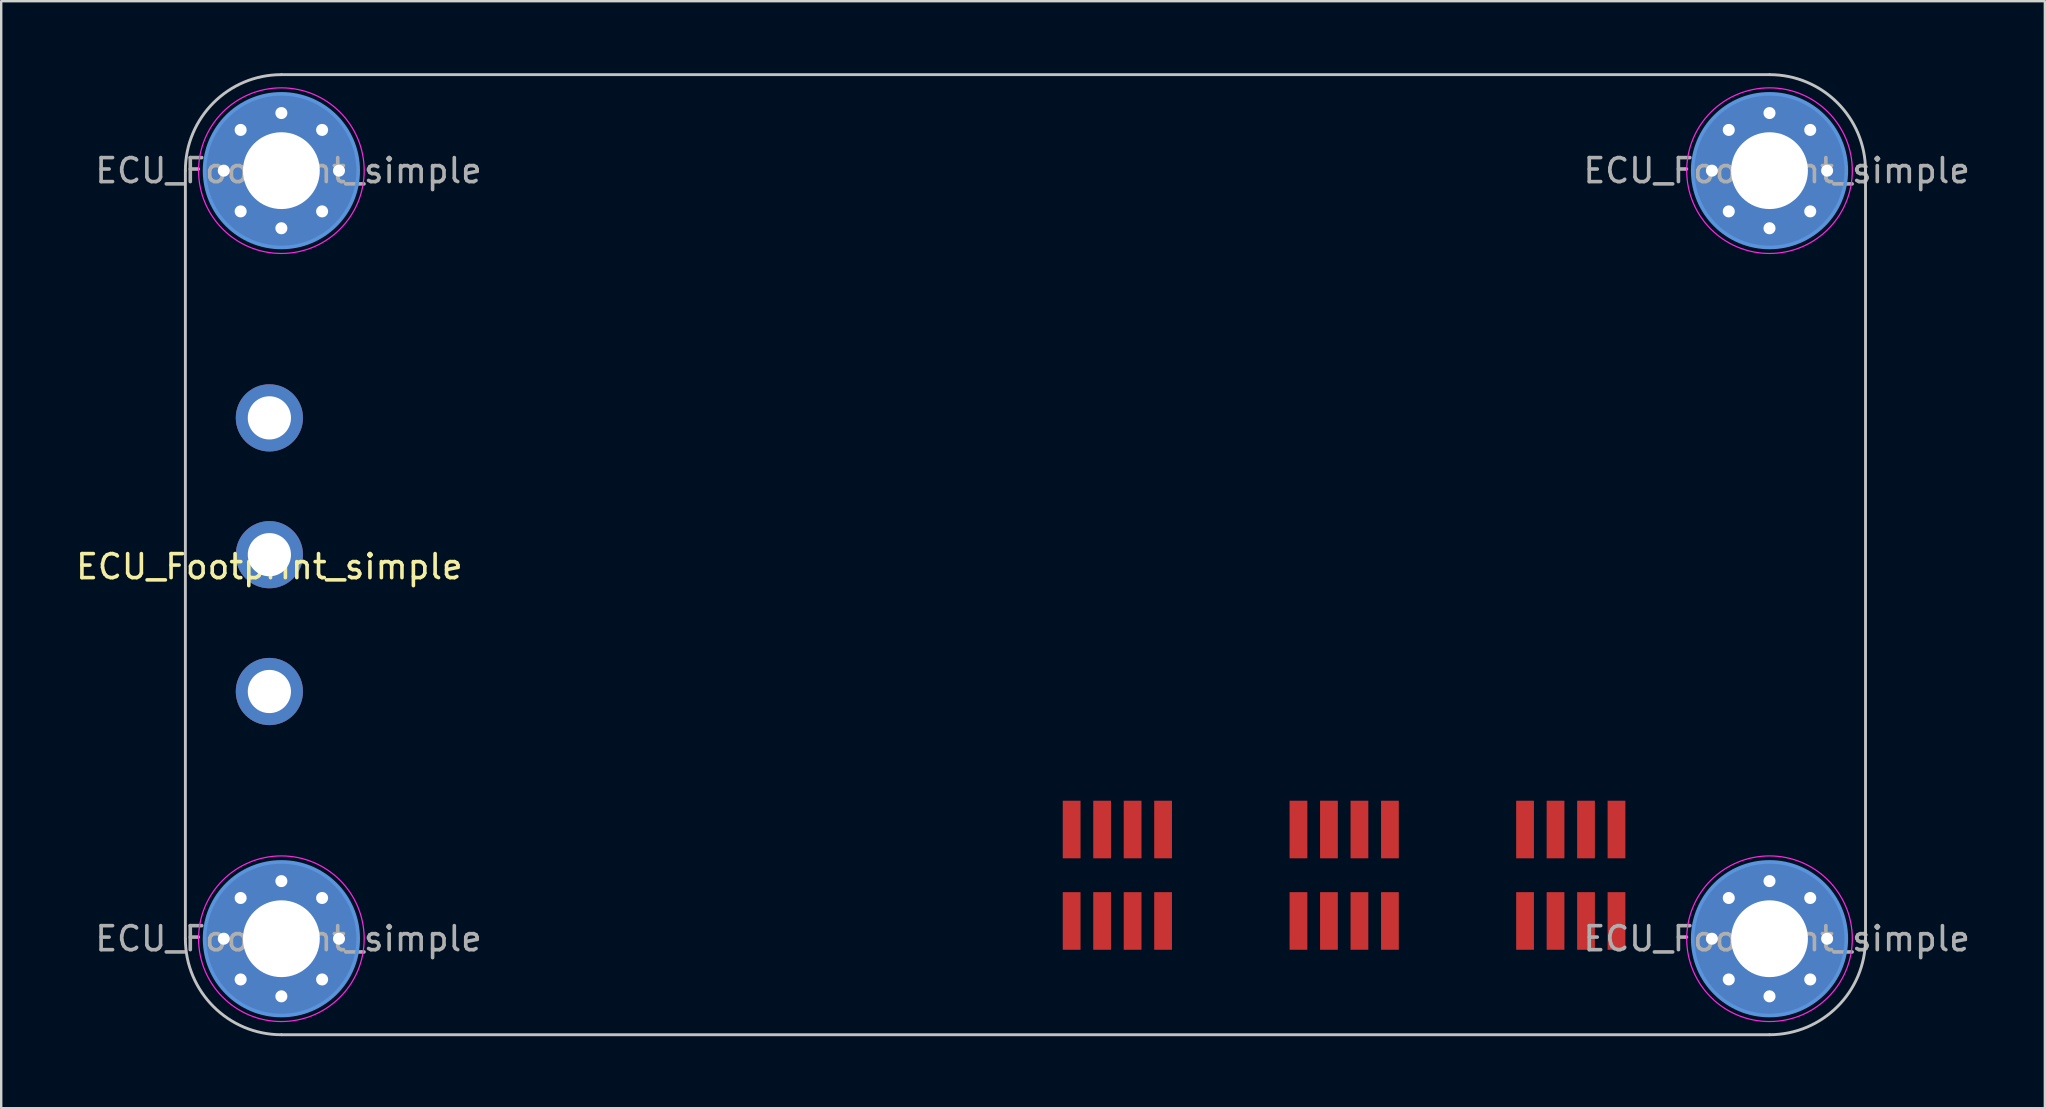
<source format=kicad_pcb>
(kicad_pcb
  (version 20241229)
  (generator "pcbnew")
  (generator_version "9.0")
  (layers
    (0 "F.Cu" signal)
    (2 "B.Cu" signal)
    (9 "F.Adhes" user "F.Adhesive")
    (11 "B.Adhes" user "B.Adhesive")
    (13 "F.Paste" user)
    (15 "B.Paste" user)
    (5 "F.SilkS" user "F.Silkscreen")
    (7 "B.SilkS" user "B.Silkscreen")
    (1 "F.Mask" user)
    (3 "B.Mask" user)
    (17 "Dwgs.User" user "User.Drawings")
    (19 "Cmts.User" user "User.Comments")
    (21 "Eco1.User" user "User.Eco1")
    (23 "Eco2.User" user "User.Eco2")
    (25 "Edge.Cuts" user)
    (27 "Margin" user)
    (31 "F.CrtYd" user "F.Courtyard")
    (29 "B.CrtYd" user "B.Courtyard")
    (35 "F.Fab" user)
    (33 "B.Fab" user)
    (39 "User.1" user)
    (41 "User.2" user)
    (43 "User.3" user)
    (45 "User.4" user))
  (footprint "ECU_Footprint_simple"
    (layer "F.Cu")
    (at 39.673 20.06)
    (property "Reference" "ECU_Footprint_simple" (at -31.5 0.5 0) (layer "F.SilkS") (effects (font (size 1 1) (thickness 0.15))))
    (attr through_hole)
    (fp_line (start -35 16) (end -35 -16) (stroke (width 0.12) (type solid)) (layer "Dwgs.User"))
    (fp_line (start -31 20) (end 31 20) (stroke (width 0.12) (type solid)) (layer "Dwgs.User"))
    (fp_line (start 31 -20) (end -31 -20) (stroke (width 0.12) (type solid)) (layer "Dwgs.User"))
    (fp_line (start 35 -16) (end 35 16) (stroke (width 0.12) (type solid)) (layer "Dwgs.User"))
    (fp_arc (start -35 -16) (mid -33.828427 -18.828427) (end -31 -20) (stroke (width 0.12) (type solid)) (layer "Dwgs.User"))
    (fp_arc (start -31 20) (mid -33.828427 18.828427) (end -35 16) (stroke (width 0.12) (type solid)) (layer "Dwgs.User"))
    (fp_arc (start 31 -20) (mid 33.828427 -18.828427) (end 35 -16) (stroke (width 0.12) (type solid)) (layer "Dwgs.User"))
    (fp_arc (start 35 16) (mid 33.828427 18.828427) (end 31 20) (stroke (width 0.12) (type solid)) (layer "Dwgs.User"))
    (fp_circle (center -31 -16) (end -27.8 -16) (stroke (width 0.15) (type solid)) (fill no) (layer "Cmts.User"))
    (fp_circle (center -31 16) (end -27.8 16) (stroke (width 0.15) (type solid)) (fill no) (layer "Cmts.User"))
    (fp_circle (center 31 -16) (end 34.2 -16) (stroke (width 0.15) (type solid)) (fill no) (layer "Cmts.User"))
    (fp_circle (center 31 16) (end 34.2 16) (stroke (width 0.15) (type solid)) (fill no) (layer "Cmts.User"))
    (fp_circle (center -31 -16) (end -27.55 -16) (stroke (width 0.05) (type solid)) (fill no) (layer "F.CrtYd"))
    (fp_circle (center -31 16) (end -27.55 16) (stroke (width 0.05) (type solid)) (fill no) (layer "F.CrtYd"))
    (fp_circle (center 31 -16) (end 34.45 -16) (stroke (width 0.05) (type solid)) (fill no) (layer "F.CrtYd"))
    (fp_circle (center 31 16) (end 34.45 16) (stroke (width 0.05) (type solid)) (fill no) (layer "F.CrtYd"))
    (fp_text user "${REFERENCE}" (at 31.3 16 0) (layer "F.Fab") (effects (font (size 1 1) (thickness 0.15))))
    (fp_text user "${REFERENCE}" (at -30.7 16 0) (layer "F.Fab") (effects (font (size 1 1) (thickness 0.15))))
    (fp_text user "${REFERENCE}" (at 31.3 -16 0) (layer "F.Fab") (effects (font (size 1 1) (thickness 0.15))))
    (fp_text user "${REFERENCE}" (at -30.7 -16 0) (layer "F.Fab") (effects (font (size 1 1) (thickness 0.15))))
    (pad "0" thru_hole circle (at -33.4 -16) (size 0.8 0.8) (drill 0.5) (layers "*.Cu" "*.Mask"))
    (pad "0" thru_hole circle (at -33.4 16) (size 0.8 0.8) (drill 0.5) (layers "*.Cu" "*.Mask"))
    (pad "0" thru_hole circle (at -32.697 -17.697) (size 0.8 0.8) (drill 0.5) (layers "*.Cu" "*.Mask"))
    (pad "0" thru_hole circle (at -32.697 -14.303) (size 0.8 0.8) (drill 0.5) (layers "*.Cu" "*.Mask"))
    (pad "0" thru_hole circle (at -32.697 14.303) (size 0.8 0.8) (drill 0.5) (layers "*.Cu" "*.Mask"))
    (pad "0" thru_hole circle (at -32.697 17.697) (size 0.8 0.8) (drill 0.5) (layers "*.Cu" "*.Mask"))
    (pad "0" thru_hole circle (at -31 -18.4) (size 0.8 0.8) (drill 0.5) (layers "*.Cu" "*.Mask"))
    (pad "0" thru_hole circle (at -31 -16) (size 6.4 6.4) (drill 3.2) (layers "*.Cu" "*.Mask"))
    (pad "0" thru_hole circle (at -31 -13.6) (size 0.8 0.8) (drill 0.5) (layers "*.Cu" "*.Mask"))
    (pad "0" thru_hole circle (at -31 13.6) (size 0.8 0.8) (drill 0.5) (layers "*.Cu" "*.Mask"))
    (pad "0" thru_hole circle (at -31 16) (size 6.4 6.4) (drill 3.2) (layers "*.Cu" "*.Mask"))
    (pad "0" thru_hole circle (at -31 18.4) (size 0.8 0.8) (drill 0.5) (layers "*.Cu" "*.Mask"))
    (pad "0" thru_hole circle (at -29.303 -17.697) (size 0.8 0.8) (drill 0.5) (layers "*.Cu" "*.Mask"))
    (pad "0" thru_hole circle (at -29.303 -14.303) (size 0.8 0.8) (drill 0.5) (layers "*.Cu" "*.Mask"))
    (pad "0" thru_hole circle (at -29.303 14.303) (size 0.8 0.8) (drill 0.5) (layers "*.Cu" "*.Mask"))
    (pad "0" thru_hole circle (at -29.303 17.697) (size 0.8 0.8) (drill 0.5) (layers "*.Cu" "*.Mask"))
    (pad "0" thru_hole circle (at -28.6 -16) (size 0.8 0.8) (drill 0.5) (layers "*.Cu" "*.Mask"))
    (pad "0" thru_hole circle (at -28.6 16) (size 0.8 0.8) (drill 0.5) (layers "*.Cu" "*.Mask"))
    (pad "0" thru_hole circle (at 28.6 -16) (size 0.8 0.8) (drill 0.5) (layers "*.Cu" "*.Mask"))
    (pad "0" thru_hole circle (at 28.6 16) (size 0.8 0.8) (drill 0.5) (layers "*.Cu" "*.Mask"))
    (pad "0" thru_hole circle (at 29.303 -17.697) (size 0.8 0.8) (drill 0.5) (layers "*.Cu" "*.Mask"))
    (pad "0" thru_hole circle (at 29.303 -14.303) (size 0.8 0.8) (drill 0.5) (layers "*.Cu" "*.Mask"))
    (pad "0" thru_hole circle (at 29.303 14.303) (size 0.8 0.8) (drill 0.5) (layers "*.Cu" "*.Mask"))
    (pad "0" thru_hole circle (at 29.303 17.697) (size 0.8 0.8) (drill 0.5) (layers "*.Cu" "*.Mask"))
    (pad "0" thru_hole circle (at 31 -18.4) (size 0.8 0.8) (drill 0.5) (layers "*.Cu" "*.Mask"))
    (pad "0" thru_hole circle (at 31 -16) (size 6.4 6.4) (drill 3.2) (layers "*.Cu" "*.Mask"))
    (pad "0" thru_hole circle (at 31 -13.6) (size 0.8 0.8) (drill 0.5) (layers "*.Cu" "*.Mask"))
    (pad "0" thru_hole circle (at 31 13.6) (size 0.8 0.8) (drill 0.5) (layers "*.Cu" "*.Mask"))
    (pad "0" thru_hole circle (at 31 16) (size 6.4 6.4) (drill 3.2) (layers "*.Cu" "*.Mask"))
    (pad "0" thru_hole circle (at 31 18.4) (size 0.8 0.8) (drill 0.5) (layers "*.Cu" "*.Mask"))
    (pad "0" thru_hole circle (at 32.697 -17.697) (size 0.8 0.8) (drill 0.5) (layers "*.Cu" "*.Mask"))
    (pad "0" thru_hole circle (at 32.697 -14.303) (size 0.8 0.8) (drill 0.5) (layers "*.Cu" "*.Mask"))
    (pad "0" thru_hole circle (at 32.697 14.303) (size 0.8 0.8) (drill 0.5) (layers "*.Cu" "*.Mask"))
    (pad "0" thru_hole circle (at 32.697 17.697) (size 0.8 0.8) (drill 0.5) (layers "*.Cu" "*.Mask"))
    (pad "0" thru_hole circle (at 33.4 -16) (size 0.8 0.8) (drill 0.5) (layers "*.Cu" "*.Mask"))
    (pad "0" thru_hole circle (at 33.4 16) (size 0.8 0.8) (drill 0.5) (layers "*.Cu" "*.Mask"))
    (pad "17" thru_hole circle (at -31.5 -5.7) (size 2.8 2.8) (drill 1.8) (layers "*.Cu" "*.Mask"))
    (pad "18" thru_hole circle (at -31.5 0) (size 2.8 2.8) (drill 1.8) (layers "*.Cu" "*.Mask"))
    (pad "19" thru_hole circle (at -31.5 5.7) (size 2.8 2.8) (drill 1.8) (layers "*.Cu" "*.Mask"))
    (pad "26" smd rect (at 24.625 11.45 90) (size 2.4 0.74) (layers "F.Cu" "F.Mask" "F.Paste"))
    (pad "27" smd rect (at 23.355 11.45 90) (size 2.4 0.74) (layers "F.Cu" "F.Mask" "F.Paste"))
    (pad "28" smd rect (at 22.085 11.45 90) (size 2.4 0.74) (layers "F.Cu" "F.Mask" "F.Paste"))
    (pad "29" smd rect (at 20.815 11.45 90) (size 2.4 0.74) (layers "F.Cu" "F.Mask" "F.Paste"))
    (pad "30" smd rect (at 15.185 11.45 90) (size 2.4 0.74) (layers "F.Cu" "F.Mask" "F.Paste"))
    (pad "31" smd rect (at 13.915 11.45 90) (size 2.4 0.74) (layers "F.Cu" "F.Mask" "F.Paste"))
    (pad "32" smd rect (at 12.645 11.45 90) (size 2.4 0.74) (layers "F.Cu" "F.Mask" "F.Paste"))
    (pad "33" smd rect (at 11.375 11.45 90) (size 2.4 0.74) (layers "F.Cu" "F.Mask" "F.Paste"))
    (pad "34" smd rect (at 5.735 11.45 90) (size 2.4 0.74) (layers "F.Cu" "F.Mask" "F.Paste"))
    (pad "35" smd rect (at 4.465 11.45 90) (size 2.4 0.74) (layers "F.Cu" "F.Mask" "F.Paste"))
    (pad "36" smd rect (at 3.195 11.45 90) (size 2.4 0.74) (layers "F.Cu" "F.Mask" "F.Paste"))
    (pad "37" smd rect (at 1.925 11.45 90) (size 2.4 0.74) (layers "F.Cu" "F.Mask" "F.Paste"))
    (pad "38" smd rect (at 20.815 15.26 90) (size 2.4 0.74) (layers "F.Cu" "F.Mask" "F.Paste"))
    (pad "39" smd rect (at 22.085 15.26 90) (size 2.4 0.74) (layers "F.Cu" "F.Mask" "F.Paste"))
    (pad "40" smd rect (at 23.355 15.26 90) (size 2.4 0.74) (layers "F.Cu" "F.Mask" "F.Paste"))
    (pad "41" smd rect (at 24.625 15.26 90) (size 2.4 0.74) (layers "F.Cu" "F.Mask" "F.Paste"))
    (pad "42" smd rect (at 11.375 15.26 90) (size 2.4 0.74) (layers "F.Cu" "F.Mask" "F.Paste"))
    (pad "43" smd rect (at 12.645 15.26 90) (size 2.4 0.74) (layers "F.Cu" "F.Mask" "F.Paste"))
    (pad "44" smd rect (at 13.915 15.26 90) (size 2.4 0.74) (layers "F.Cu" "F.Mask" "F.Paste"))
    (pad "45" smd rect (at 15.185 15.26 90) (size 2.4 0.74) (layers "F.Cu" "F.Mask" "F.Paste"))
    (pad "46" smd rect (at 1.925 15.26 90) (size 2.4 0.74) (layers "F.Cu" "F.Mask" "F.Paste"))
    (pad "47" smd rect (at 3.195 15.26 90) (size 2.4 0.74) (layers "F.Cu" "F.Mask" "F.Paste"))
    (pad "48" smd rect (at 4.465 15.26 90) (size 2.4 0.74) (layers "F.Cu" "F.Mask" "F.Paste"))
    (pad "49" smd rect (at 5.735 15.26 90) (size 2.4 0.74) (layers "F.Cu" "F.Mask" "F.Paste")))
  (gr_rect
    (start -3 -3)
    (end 82.145 43.12)
    (stroke (width 0.1) (type default))
    (fill no)
    (layer "Edge.Cuts")))
</source>
